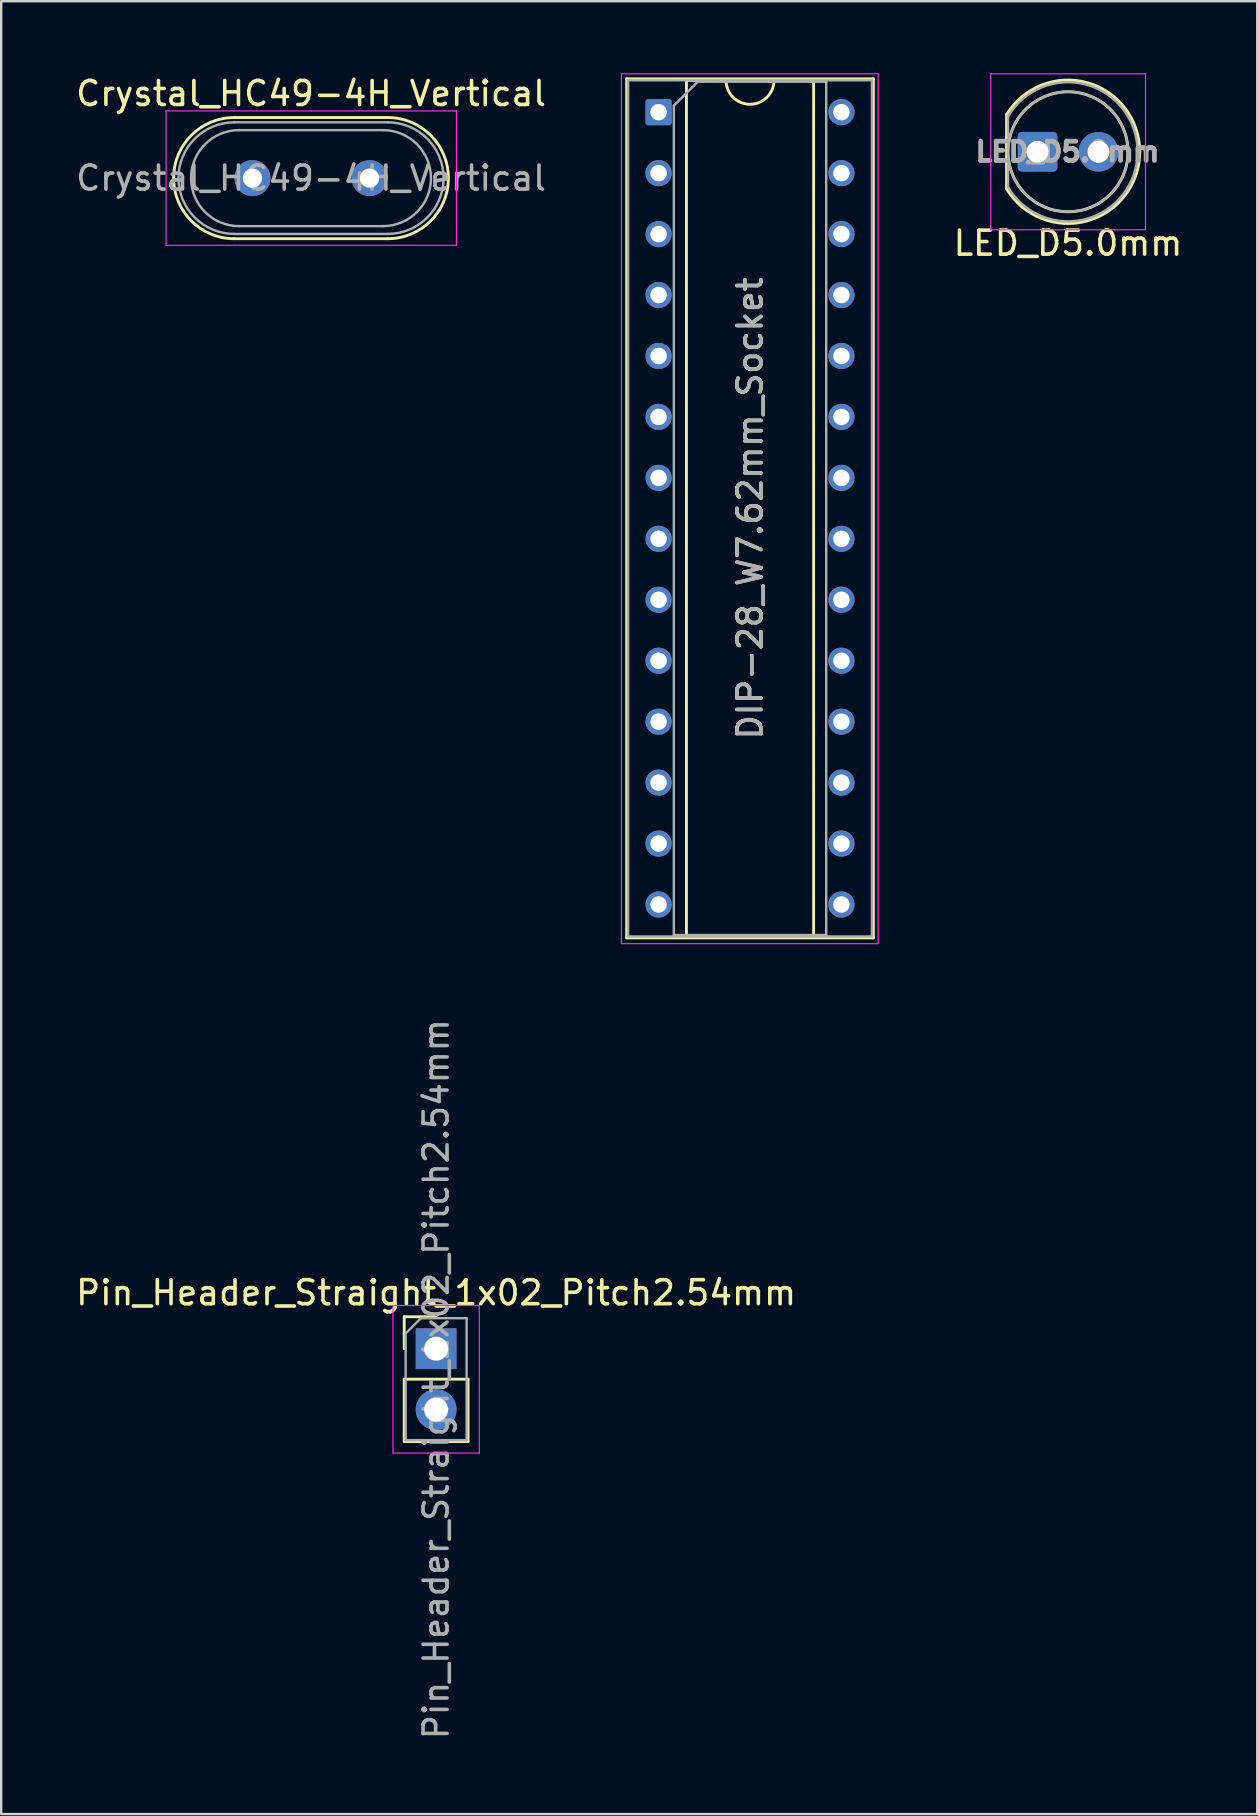
<source format=kicad_pcb>
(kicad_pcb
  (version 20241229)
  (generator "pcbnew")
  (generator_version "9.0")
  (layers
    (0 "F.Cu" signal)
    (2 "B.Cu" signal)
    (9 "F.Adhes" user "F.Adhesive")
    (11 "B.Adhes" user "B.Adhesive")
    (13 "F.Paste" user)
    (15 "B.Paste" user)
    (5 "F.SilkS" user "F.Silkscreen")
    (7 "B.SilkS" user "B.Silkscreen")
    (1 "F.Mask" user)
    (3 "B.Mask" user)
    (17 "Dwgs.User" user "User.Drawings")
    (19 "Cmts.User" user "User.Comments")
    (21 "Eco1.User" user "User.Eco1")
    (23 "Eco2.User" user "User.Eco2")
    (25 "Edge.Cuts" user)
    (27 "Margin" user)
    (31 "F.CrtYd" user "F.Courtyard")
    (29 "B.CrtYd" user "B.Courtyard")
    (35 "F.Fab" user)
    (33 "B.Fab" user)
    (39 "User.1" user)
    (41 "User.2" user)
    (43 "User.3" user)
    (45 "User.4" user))
  (footprint "LED_D5.0mm"
    (layer "F.Cu")
    (at 40.188 3.275)
    (property "Reference" "LED_D5.0mm" (at 1.27 3.81 180) (layer "F.SilkS") (effects (font (size 1 1) (thickness 0.15))))
    (attr through_hole)
    (fp_line (start -1.29 -1.545) (end -1.29 1.545) (stroke (width 0.12) (type solid)) (layer "F.SilkS"))
    (fp_arc (start -1.29 -1.54483) (mid 2.072002 -2.880433) (end 4.26 0.000462) (stroke (width 0.12) (type solid)) (layer "F.SilkS"))
    (fp_arc (start 4.26 -0.000462) (mid 2.072002 2.880433) (end -1.29 1.54483) (stroke (width 0.12) (type solid)) (layer "F.SilkS"))
    (fp_circle (center 1.27 0) (end 3.77 0) (stroke (width 0.12) (type solid)) (fill no) (layer "F.SilkS"))
    (fp_line (start -1.95 -3.25) (end -1.95 3.25) (stroke (width 0.05) (type solid)) (layer "F.CrtYd"))
    (fp_line (start -1.95 3.25) (end 4.5 3.25) (stroke (width 0.05) (type solid)) (layer "F.CrtYd"))
    (fp_line (start 4.5 -3.25) (end -1.95 -3.25) (stroke (width 0.05) (type solid)) (layer "F.CrtYd"))
    (fp_line (start 4.5 3.25) (end 4.5 -3.25) (stroke (width 0.05) (type solid)) (layer "F.CrtYd"))
    (fp_line (start -1.23 -1.47) (end -1.23 1.47) (stroke (width 0.1) (type solid)) (layer "F.Fab"))
    (fp_arc (start -1.23 -1.469694) (mid 4.17 0.000016) (end -1.230016 1.469666) (stroke (width 0.1) (type solid)) (layer "F.Fab"))
    (fp_circle (center 1.27 0) (end 3.77 0) (stroke (width 0.1) (type solid)) (fill no) (layer "F.Fab"))
    (fp_text user "${REFERENCE}" (at 1.25 0 180) (layer "F.Fab") (effects (font (size 0.8 0.8) (thickness 0.2))))
    (pad "1" thru_hole roundrect (at 0 0) (size 1.651 1.651) (drill 0.914) (layers "*.Cu" "*.Mask") (roundrect_rratio 0.1))
    (pad "2" thru_hole circle (at 2.54 0) (size 1.651 1.651) (drill 0.914) (layers "*.Cu" "*.Mask")))
  (footprint "Crystal_HC49-4H_Vertical"
    (layer "F.Cu")
    (at 7.471 4.373)
    (property "Reference" "Crystal_HC49-4H_Vertical" (at 2.44 -3.525 0) (layer "F.SilkS") (effects (font (size 1 1) (thickness 0.15))))
    (attr through_hole)
    (fp_line (start -0.76 -2.525) (end 5.64 -2.525) (stroke (width 0.12) (type solid)) (layer "F.SilkS"))
    (fp_line (start -0.76 2.525) (end 5.64 2.525) (stroke (width 0.12) (type solid)) (layer "F.SilkS"))
    (fp_arc (start -0.76 2.525) (mid -3.285 0) (end -0.76 -2.525) (stroke (width 0.12) (type solid)) (layer "F.SilkS"))
    (fp_arc (start 5.64 -2.525) (mid 8.165 0) (end 5.64 2.525) (stroke (width 0.12) (type solid)) (layer "F.SilkS"))
    (fp_line (start -3.6 -2.8) (end -3.6 2.8) (stroke (width 0.05) (type solid)) (layer "F.CrtYd"))
    (fp_line (start -3.6 2.8) (end 8.5 2.8) (stroke (width 0.05) (type solid)) (layer "F.CrtYd"))
    (fp_line (start 8.5 -2.8) (end -3.6 -2.8) (stroke (width 0.05) (type solid)) (layer "F.CrtYd"))
    (fp_line (start 8.5 2.8) (end 8.5 -2.8) (stroke (width 0.05) (type solid)) (layer "F.CrtYd"))
    (fp_line (start -0.76 -2.325) (end 5.64 -2.325) (stroke (width 0.1) (type solid)) (layer "F.Fab"))
    (fp_line (start -0.76 2.325) (end 5.64 2.325) (stroke (width 0.1) (type solid)) (layer "F.Fab"))
    (fp_line (start -0.56 -2) (end 5.44 -2) (stroke (width 0.1) (type solid)) (layer "F.Fab"))
    (fp_line (start -0.56 2) (end 5.44 2) (stroke (width 0.1) (type solid)) (layer "F.Fab"))
    (fp_arc (start -0.76 2.325) (mid -3.085 0) (end -0.76 -2.325) (stroke (width 0.1) (type solid)) (layer "F.Fab"))
    (fp_arc (start -0.56 2) (mid -2.56 0) (end -0.56 -2) (stroke (width 0.1) (type solid)) (layer "F.Fab"))
    (fp_arc (start 5.44 -2) (mid 7.44 0) (end 5.44 2) (stroke (width 0.1) (type solid)) (layer "F.Fab"))
    (fp_arc (start 5.64 -2.325) (mid 7.965 0) (end 5.64 2.325) (stroke (width 0.1) (type solid)) (layer "F.Fab"))
    (fp_text user "${REFERENCE}" (at 2.44 0 0) (layer "F.Fab") (effects (font (size 1 1) (thickness 0.15))))
    (pad "1" thru_hole circle (at 0 0) (size 1.5 1.5) (drill 0.8) (layers "*.Cu" "*.Mask"))
    (pad "2" thru_hole circle (at 4.88 0) (size 1.5 1.5) (drill 0.8) (layers "*.Cu" "*.Mask")))
  (footprint "Pin_Header_Straight_1x02_Pitch2.54mm"
    (layer "F.Cu")
    (at 15.125 53.155)
    (property "Reference" "Pin_Header_Straight_1x02_Pitch2.54mm" (at 0 -2.33 0) (layer "F.SilkS") (effects (font (size 1 1) (thickness 0.15))))
    (attr through_hole)
    (fp_line (start -1.33 -1.33) (end 0 -1.33) (stroke (width 0.12) (type solid)) (layer "F.SilkS"))
    (fp_line (start -1.33 0) (end -1.33 -1.33) (stroke (width 0.12) (type solid)) (layer "F.SilkS"))
    (fp_line (start -1.33 1.27) (end -1.33 3.87) (stroke (width 0.12) (type solid)) (layer "F.SilkS"))
    (fp_line (start -1.33 1.27) (end 1.33 1.27) (stroke (width 0.12) (type solid)) (layer "F.SilkS"))
    (fp_line (start -1.33 3.87) (end 1.33 3.87) (stroke (width 0.12) (type solid)) (layer "F.SilkS"))
    (fp_line (start 1.33 1.27) (end 1.33 3.87) (stroke (width 0.12) (type solid)) (layer "F.SilkS"))
    (fp_line (start -1.8 -1.8) (end -1.8 4.35) (stroke (width 0.05) (type solid)) (layer "F.CrtYd"))
    (fp_line (start -1.8 4.35) (end 1.8 4.35) (stroke (width 0.05) (type solid)) (layer "F.CrtYd"))
    (fp_line (start 1.8 -1.8) (end -1.8 -1.8) (stroke (width 0.05) (type solid)) (layer "F.CrtYd"))
    (fp_line (start 1.8 4.35) (end 1.8 -1.8) (stroke (width 0.05) (type solid)) (layer "F.CrtYd"))
    (fp_line (start -1.27 -0.635) (end -0.635 -1.27) (stroke (width 0.1) (type solid)) (layer "F.Fab"))
    (fp_line (start -1.27 3.81) (end -1.27 -0.635) (stroke (width 0.1) (type solid)) (layer "F.Fab"))
    (fp_line (start -0.635 -1.27) (end 1.27 -1.27) (stroke (width 0.1) (type solid)) (layer "F.Fab"))
    (fp_line (start 1.27 -1.27) (end 1.27 3.81) (stroke (width 0.1) (type solid)) (layer "F.Fab"))
    (fp_line (start 1.27 3.81) (end -1.27 3.81) (stroke (width 0.1) (type solid)) (layer "F.Fab"))
    (fp_text user "${REFERENCE}" (at 0 1.27 90) (layer "F.Fab") (effects (font (size 1 1) (thickness 0.15))))
    (pad "1" thru_hole rect (at 0 0) (size 1.7 1.7) (drill 1) (layers "*.Cu" "*.Mask"))
    (pad "2" thru_hole oval (at 0 2.54) (size 1.7 1.7) (drill 1) (layers "*.Cu" "*.Mask")))
  (footprint "DIP-28_W7.62mm_Socket"
    (placed yes)
    (layer "F.Cu")
    (at 24.396 1.625)
    (property "Reference" "DIP-28_W7.62mm_Socket" (at 3.81 16.51 90) (layer "F.SilkS") (effects (font (size 1 1) (thickness 0.15))))
    (attr through_hole)
    (fp_line (start -1.33 -1.39) (end -1.33 34.41) (stroke (width 0.12) (type solid)) (layer "F.SilkS"))
    (fp_line (start -1.33 34.41) (end 8.95 34.41) (stroke (width 0.12) (type solid)) (layer "F.SilkS"))
    (fp_line (start 1.16 -1.33) (end 1.16 34.35) (stroke (width 0.12) (type solid)) (layer "F.SilkS"))
    (fp_line (start 1.16 34.35) (end 6.46 34.35) (stroke (width 0.12) (type solid)) (layer "F.SilkS"))
    (fp_line (start 2.81 -1.33) (end 1.16 -1.33) (stroke (width 0.12) (type solid)) (layer "F.SilkS"))
    (fp_line (start 6.46 -1.33) (end 4.81 -1.33) (stroke (width 0.12) (type solid)) (layer "F.SilkS"))
    (fp_line (start 6.46 34.35) (end 6.46 -1.33) (stroke (width 0.12) (type solid)) (layer "F.SilkS"))
    (fp_line (start 8.95 -1.39) (end -1.33 -1.39) (stroke (width 0.12) (type solid)) (layer "F.SilkS"))
    (fp_line (start 8.95 34.41) (end 8.95 -1.39) (stroke (width 0.12) (type solid)) (layer "F.SilkS"))
    (fp_arc (start 4.81 -1.33) (mid 3.81 -0.33) (end 2.81 -1.33) (stroke (width 0.12) (type solid)) (layer "F.SilkS"))
    (fp_line (start -1.55 -1.6) (end -1.55 34.65) (stroke (width 0.05) (type solid)) (layer "F.CrtYd"))
    (fp_line (start -1.55 34.65) (end 9.15 34.65) (stroke (width 0.05) (type solid)) (layer "F.CrtYd"))
    (fp_line (start 9.15 -1.6) (end -1.55 -1.6) (stroke (width 0.05) (type solid)) (layer "F.CrtYd"))
    (fp_line (start 9.15 34.65) (end 9.15 -1.6) (stroke (width 0.05) (type solid)) (layer "F.CrtYd"))
    (fp_line (start -1.27 -1.33) (end -1.27 34.35) (stroke (width 0.1) (type solid)) (layer "F.Fab"))
    (fp_line (start -1.27 34.35) (end 8.89 34.35) (stroke (width 0.1) (type solid)) (layer "F.Fab"))
    (fp_line (start 0.635 -0.27) (end 1.635 -1.27) (stroke (width 0.1) (type solid)) (layer "F.Fab"))
    (fp_line (start 0.635 34.29) (end 0.635 -0.27) (stroke (width 0.1) (type solid)) (layer "F.Fab"))
    (fp_line (start 1.635 -1.27) (end 6.985 -1.27) (stroke (width 0.1) (type solid)) (layer "F.Fab"))
    (fp_line (start 6.985 -1.27) (end 6.985 34.29) (stroke (width 0.1) (type solid)) (layer "F.Fab"))
    (fp_line (start 6.985 34.29) (end 0.635 34.29) (stroke (width 0.1) (type solid)) (layer "F.Fab"))
    (fp_line (start 8.89 -1.33) (end -1.27 -1.33) (stroke (width 0.1) (type solid)) (layer "F.Fab"))
    (fp_line (start 8.89 34.35) (end 8.89 -1.33) (stroke (width 0.1) (type solid)) (layer "F.Fab"))
    (fp_text user "${REFERENCE}" (at 3.81 16.51 90) (layer "F.Fab") (effects (font (size 1 1) (thickness 0.15))))
    (pad "1" thru_hole roundrect (at 0 0) (size 1.092 1.092) (drill 0.686) (layers "*.Cu" "*.Mask") (roundrect_rratio 0.1))
    (pad "2" thru_hole circle (at 0 2.54) (size 1.092 1.092) (drill 0.686) (layers "*.Cu" "*.Mask"))
    (pad "3" thru_hole circle (at 0 5.08) (size 1.092 1.092) (drill 0.686) (layers "*.Cu" "*.Mask"))
    (pad "4" thru_hole circle (at 0 7.62) (size 1.092 1.092) (drill 0.686) (layers "*.Cu" "*.Mask"))
    (pad "5" thru_hole circle (at 0 10.16) (size 1.092 1.092) (drill 0.686) (layers "*.Cu" "*.Mask"))
    (pad "6" thru_hole circle (at 0 12.7) (size 1.092 1.092) (drill 0.686) (layers "*.Cu" "*.Mask"))
    (pad "7" thru_hole circle (at 0 15.24) (size 1.092 1.092) (drill 0.686) (layers "*.Cu" "*.Mask"))
    (pad "8" thru_hole circle (at 0 17.78) (size 1.092 1.092) (drill 0.686) (layers "*.Cu" "*.Mask"))
    (pad "9" thru_hole circle (at 0 20.32) (size 1.092 1.092) (drill 0.686) (layers "*.Cu" "*.Mask"))
    (pad "10" thru_hole circle (at 0 22.86) (size 1.092 1.092) (drill 0.686) (layers "*.Cu" "*.Mask"))
    (pad "11" thru_hole circle (at 0 25.4) (size 1.092 1.092) (drill 0.686) (layers "*.Cu" "*.Mask"))
    (pad "12" thru_hole circle (at 0 27.94) (size 1.092 1.092) (drill 0.686) (layers "*.Cu" "*.Mask"))
    (pad "13" thru_hole circle (at 0 30.48) (size 1.092 1.092) (drill 0.686) (layers "*.Cu" "*.Mask"))
    (pad "14" thru_hole circle (at 0 33.02) (size 1.092 1.092) (drill 0.686) (layers "*.Cu" "*.Mask"))
    (pad "15" thru_hole circle (at 7.62 33.02) (size 1.092 1.092) (drill 0.686) (layers "*.Cu" "*.Mask"))
    (pad "16" thru_hole circle (at 7.62 30.48) (size 1.092 1.092) (drill 0.686) (layers "*.Cu" "*.Mask"))
    (pad "17" thru_hole circle (at 7.62 27.94) (size 1.092 1.092) (drill 0.686) (layers "*.Cu" "*.Mask"))
    (pad "18" thru_hole circle (at 7.62 25.4) (size 1.092 1.092) (drill 0.686) (layers "*.Cu" "*.Mask"))
    (pad "19" thru_hole circle (at 7.62 22.86) (size 1.092 1.092) (drill 0.686) (layers "*.Cu" "*.Mask"))
    (pad "20" thru_hole circle (at 7.62 20.32) (size 1.092 1.092) (drill 0.686) (layers "*.Cu" "*.Mask"))
    (pad "21" thru_hole circle (at 7.62 17.78) (size 1.092 1.092) (drill 0.686) (layers "*.Cu" "*.Mask"))
    (pad "22" thru_hole circle (at 7.62 15.24) (size 1.092 1.092) (drill 0.686) (layers "*.Cu" "*.Mask"))
    (pad "23" thru_hole circle (at 7.62 12.7) (size 1.092 1.092) (drill 0.686) (layers "*.Cu" "*.Mask"))
    (pad "24" thru_hole circle (at 7.62 10.16) (size 1.092 1.092) (drill 0.686) (layers "*.Cu" "*.Mask"))
    (pad "25" thru_hole circle (at 7.62 7.62) (size 1.092 1.092) (drill 0.686) (layers "*.Cu" "*.Mask"))
    (pad "26" thru_hole circle (at 7.62 5.08) (size 1.092 1.092) (drill 0.686) (layers "*.Cu" "*.Mask"))
    (pad "27" thru_hole circle (at 7.62 2.54) (size 1.092 1.092) (drill 0.686) (layers "*.Cu" "*.Mask"))
    (pad "28" thru_hole circle (at 7.62 0) (size 1.092 1.092) (drill 0.686) (layers "*.Cu" "*.Mask")))
  (gr_rect
    (start -3 -3)
    (end 49.345 72.55)
    (stroke (width 0.1) (type default))
    (fill no)
    (layer "Edge.Cuts")))
</source>
